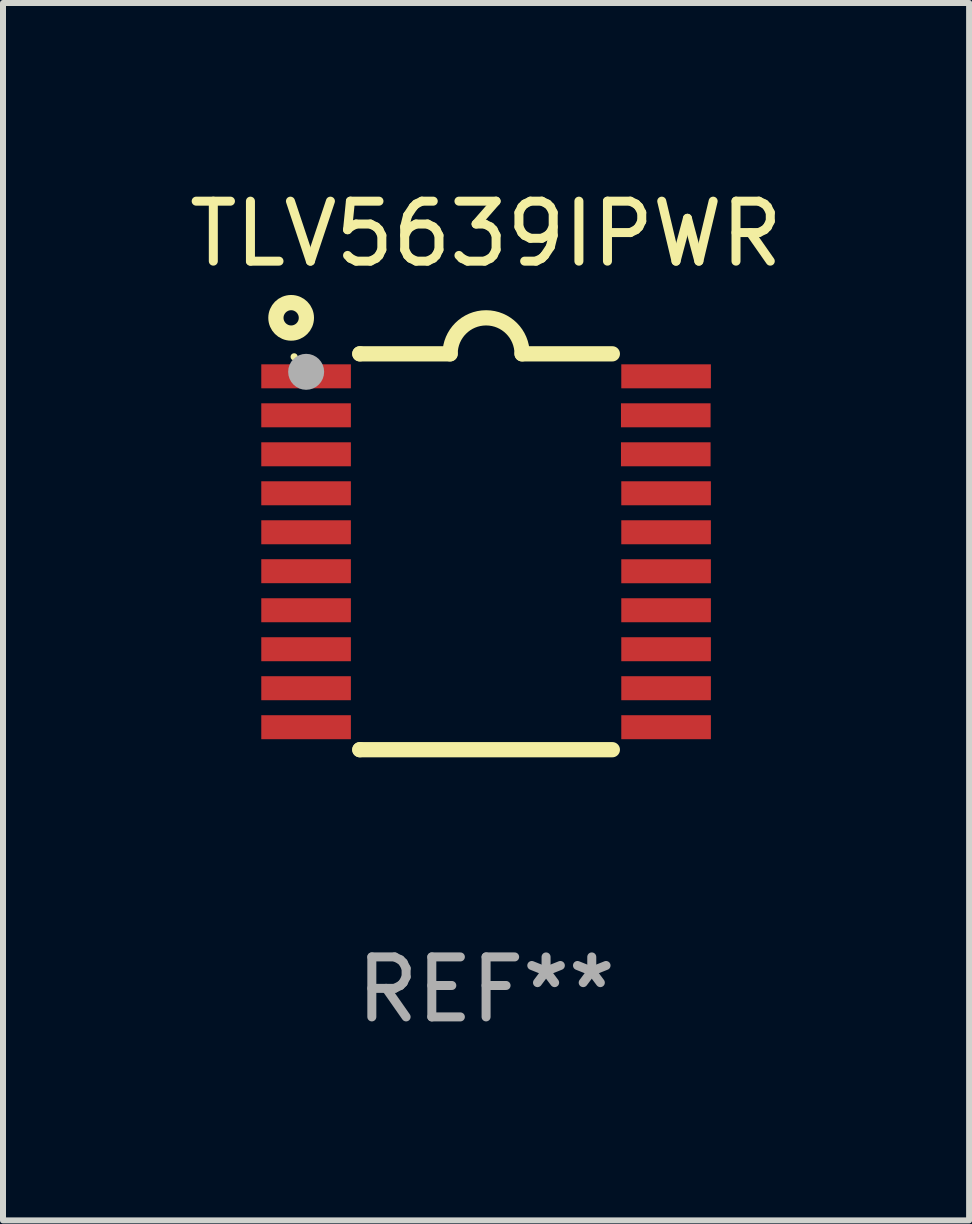
<source format=kicad_pcb>
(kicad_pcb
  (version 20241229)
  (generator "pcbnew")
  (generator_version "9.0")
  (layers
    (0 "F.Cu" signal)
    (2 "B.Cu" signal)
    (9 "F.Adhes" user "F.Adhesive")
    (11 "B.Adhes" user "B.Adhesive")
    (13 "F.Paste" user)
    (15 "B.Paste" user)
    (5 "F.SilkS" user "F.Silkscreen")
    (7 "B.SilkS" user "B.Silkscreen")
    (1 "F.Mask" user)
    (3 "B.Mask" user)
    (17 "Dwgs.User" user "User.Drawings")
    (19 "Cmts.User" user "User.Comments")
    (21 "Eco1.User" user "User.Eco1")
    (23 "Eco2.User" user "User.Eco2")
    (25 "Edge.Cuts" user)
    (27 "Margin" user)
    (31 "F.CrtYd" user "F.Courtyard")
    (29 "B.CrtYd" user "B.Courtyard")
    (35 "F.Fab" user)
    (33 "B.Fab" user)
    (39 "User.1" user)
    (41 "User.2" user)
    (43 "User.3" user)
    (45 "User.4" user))
  (footprint "TLV5639IPWR"
    (layer "F.Cu")
    (at 5.054 6.149)
    (property "Reference" "TLV5639IPWR" (at 0 -5.3 0) (layer "F.SilkS") (effects (font (size 1 1) (thickness 0.15))))
    (attr through_hole)
    (fp_line (start -2.105 -3.3) (end -2.105 -3.3) (stroke (width 0.254) (type solid)) (layer "F.SilkS"))
    (fp_line (start -2.105 -3.3) (end -0.6 -3.3) (stroke (width 0.254) (type solid)) (layer "F.SilkS"))
    (fp_line (start -2.105 3.3) (end -2.105 3.3) (stroke (width 0.254) (type solid)) (layer "F.SilkS"))
    (fp_line (start 0.6 -3.3) (end 2.105 -3.3) (stroke (width 0.254) (type solid)) (layer "F.SilkS"))
    (fp_line (start 2.105 3.3) (end -2.105 3.3) (stroke (width 0.254) (type solid)) (layer "F.SilkS"))
    (fp_arc (start -0.599924 -3.300026) (mid 0.000114 -3.897415) (end 0.600152 -3.300025) (stroke (width 0.254001) (type solid)) (layer "F.SilkS"))
    (fp_circle (center -3.25 -3.9) (end -2.996 -3.9) (stroke (width 0.254) (type solid)) (fill no) (layer "F.SilkS"))
    (fp_circle (center -3.2 -3.25) (end -3.17 -3.25) (stroke (width 0.06) (type solid)) (fill no) (layer "F.SilkS"))
    (fp_circle (center -3 -3) (end -2.85 -3) (stroke (width 0.3) (type solid)) (fill no) (layer "F.Fab"))
    (fp_text user "REF**" (at 0 7.3 0) (layer "F.Fab") (effects (font (size 1 1) (thickness 0.15))))
    (pad "1" smd rect (at -3.001 -2.925 270) (size 0.4 1.494) (layers "F.Cu" "F.Mask" "F.Paste"))
    (pad "2" smd rect (at -3.001 -2.275 270) (size 0.4 1.494) (layers "F.Cu" "F.Mask" "F.Paste"))
    (pad "3" smd rect (at -3.001 -1.625 270) (size 0.4 1.494) (layers "F.Cu" "F.Mask" "F.Paste"))
    (pad "4" smd rect (at -3.001 -0.975 270) (size 0.4 1.494) (layers "F.Cu" "F.Mask" "F.Paste"))
    (pad "5" smd rect (at -3.001 -0.325 270) (size 0.4 1.494) (layers "F.Cu" "F.Mask" "F.Paste"))
    (pad "6" smd rect (at -3.001 0.324 270) (size 0.4 1.494) (layers "F.Cu" "F.Mask" "F.Paste"))
    (pad "7" smd rect (at -3.001 0.975 270) (size 0.4 1.494) (layers "F.Cu" "F.Mask" "F.Paste"))
    (pad "8" smd rect (at -3.001 1.625 270) (size 0.4 1.494) (layers "F.Cu" "F.Mask" "F.Paste"))
    (pad "9" smd rect (at -3.001 2.275 270) (size 0.4 1.494) (layers "F.Cu" "F.Mask" "F.Paste"))
    (pad "10" smd rect (at -3.001 2.925 270) (size 0.4 1.494) (layers "F.Cu" "F.Mask" "F.Paste"))
    (pad "11" smd rect (at 3.001 2.925 270) (size 0.4 1.494) (layers "F.Cu" "F.Mask" "F.Paste"))
    (pad "12" smd rect (at 3.001 2.275 270) (size 0.4 1.494) (layers "F.Cu" "F.Mask" "F.Paste"))
    (pad "13" smd rect (at 3.001 1.625 270) (size 0.4 1.494) (layers "F.Cu" "F.Mask" "F.Paste"))
    (pad "14" smd rect (at 3.001 0.975 270) (size 0.4 1.494) (layers "F.Cu" "F.Mask" "F.Paste"))
    (pad "15" smd rect (at 3.001 0.325 270) (size 0.4 1.494) (layers "F.Cu" "F.Mask" "F.Paste"))
    (pad "16" smd rect (at 3.001 -0.325 270) (size 0.4 1.494) (layers "F.Cu" "F.Mask" "F.Paste"))
    (pad "17" smd rect (at 3.001 -0.975 270) (size 0.4 1.494) (layers "F.Cu" "F.Mask" "F.Paste"))
    (pad "18" smd rect (at 2.996 -1.625 270) (size 0.4 1.494) (layers "F.Cu" "F.Mask" "F.Paste"))
    (pad "19" smd rect (at 2.996 -2.275 270) (size 0.4 1.494) (layers "F.Cu" "F.Mask" "F.Paste"))
    (pad "20" smd rect (at 3.001 -2.925 270) (size 0.4 1.494) (layers "F.Cu" "F.Mask" "F.Paste")))
  (gr_rect
    (start -3 -3)
    (end 13.107 17.297)
    (stroke (width 0.1) (type default))
    (fill no)
    (layer "Edge.Cuts")))
</source>
